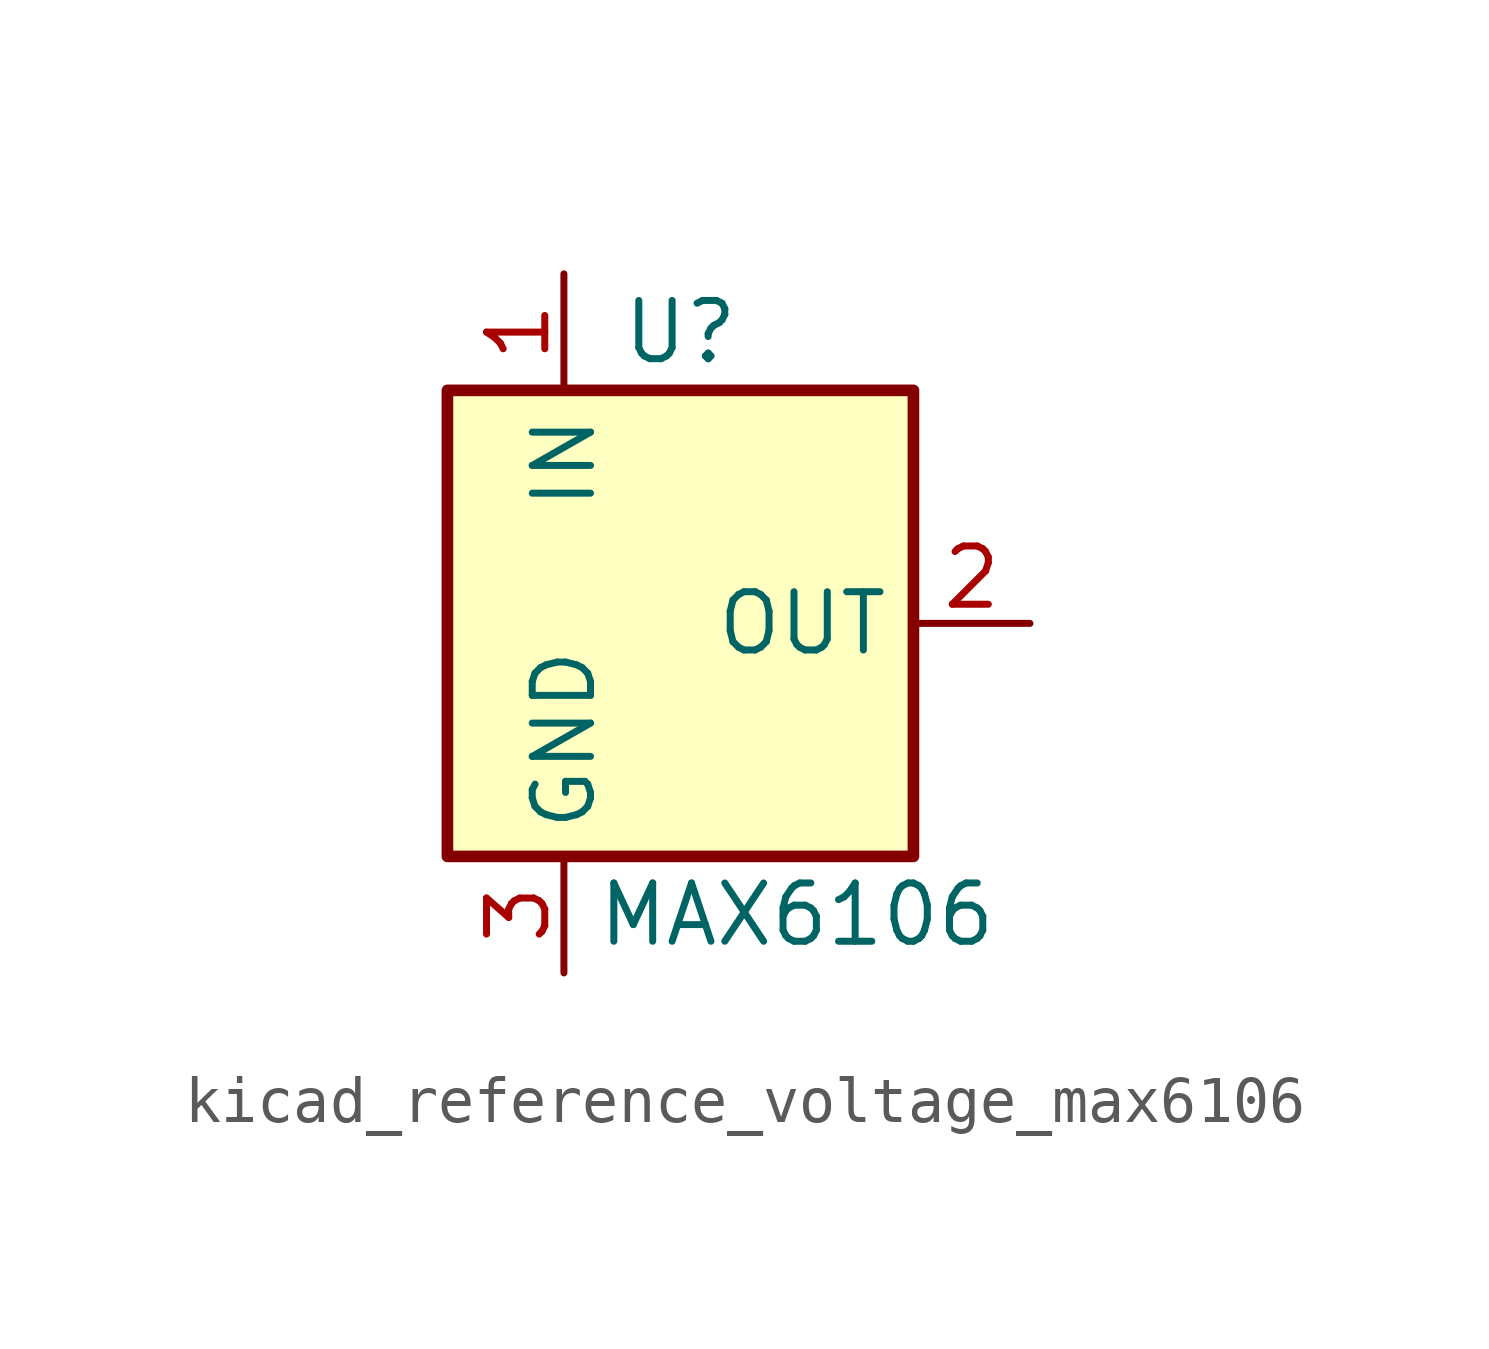
<source format=kicad_sym>
(kicad_symbol_lib
  (version 20220914)
  (generator kicad_symbol_editor)
  (symbol "kicad_reference_voltage_max6106"
    (property "Reference" "U"
      (at 0 6.35 0)
      (effects (font (size 1.27 1.27))))
    (property "Value" "MAX6106"
      (at 2.54 -6.35 0)
      (effects (font (size 1.27 1.27))))
    (symbol "kicad_reference_voltage_max6106_0_1"
      (rectangle (start -5.08 5.08) (end 5.08 -5.08) (stroke (width 0.254) (type default)) (fill (type background))))
    (symbol "kicad_reference_voltage_max6106_1_1"
      (pin power_in line (at -2.54 7.62 270) (length 2.54) (name "IN" (effects (font (size 1.27 1.27)))) (number "1" (effects (font (size 1.27 1.27)))))
      (pin power_out line (at 7.62 0 180) (length 2.54) (name "OUT" (effects (font (size 1.27 1.27)))) (number "2" (effects (font (size 1.27 1.27)))))
      (pin power_in line (at -2.54 -7.62 90) (length 2.54) (name "GND" (effects (font (size 1.27 1.27)))) (number "3" (effects (font (size 1.27 1.27))))))))
</source>
